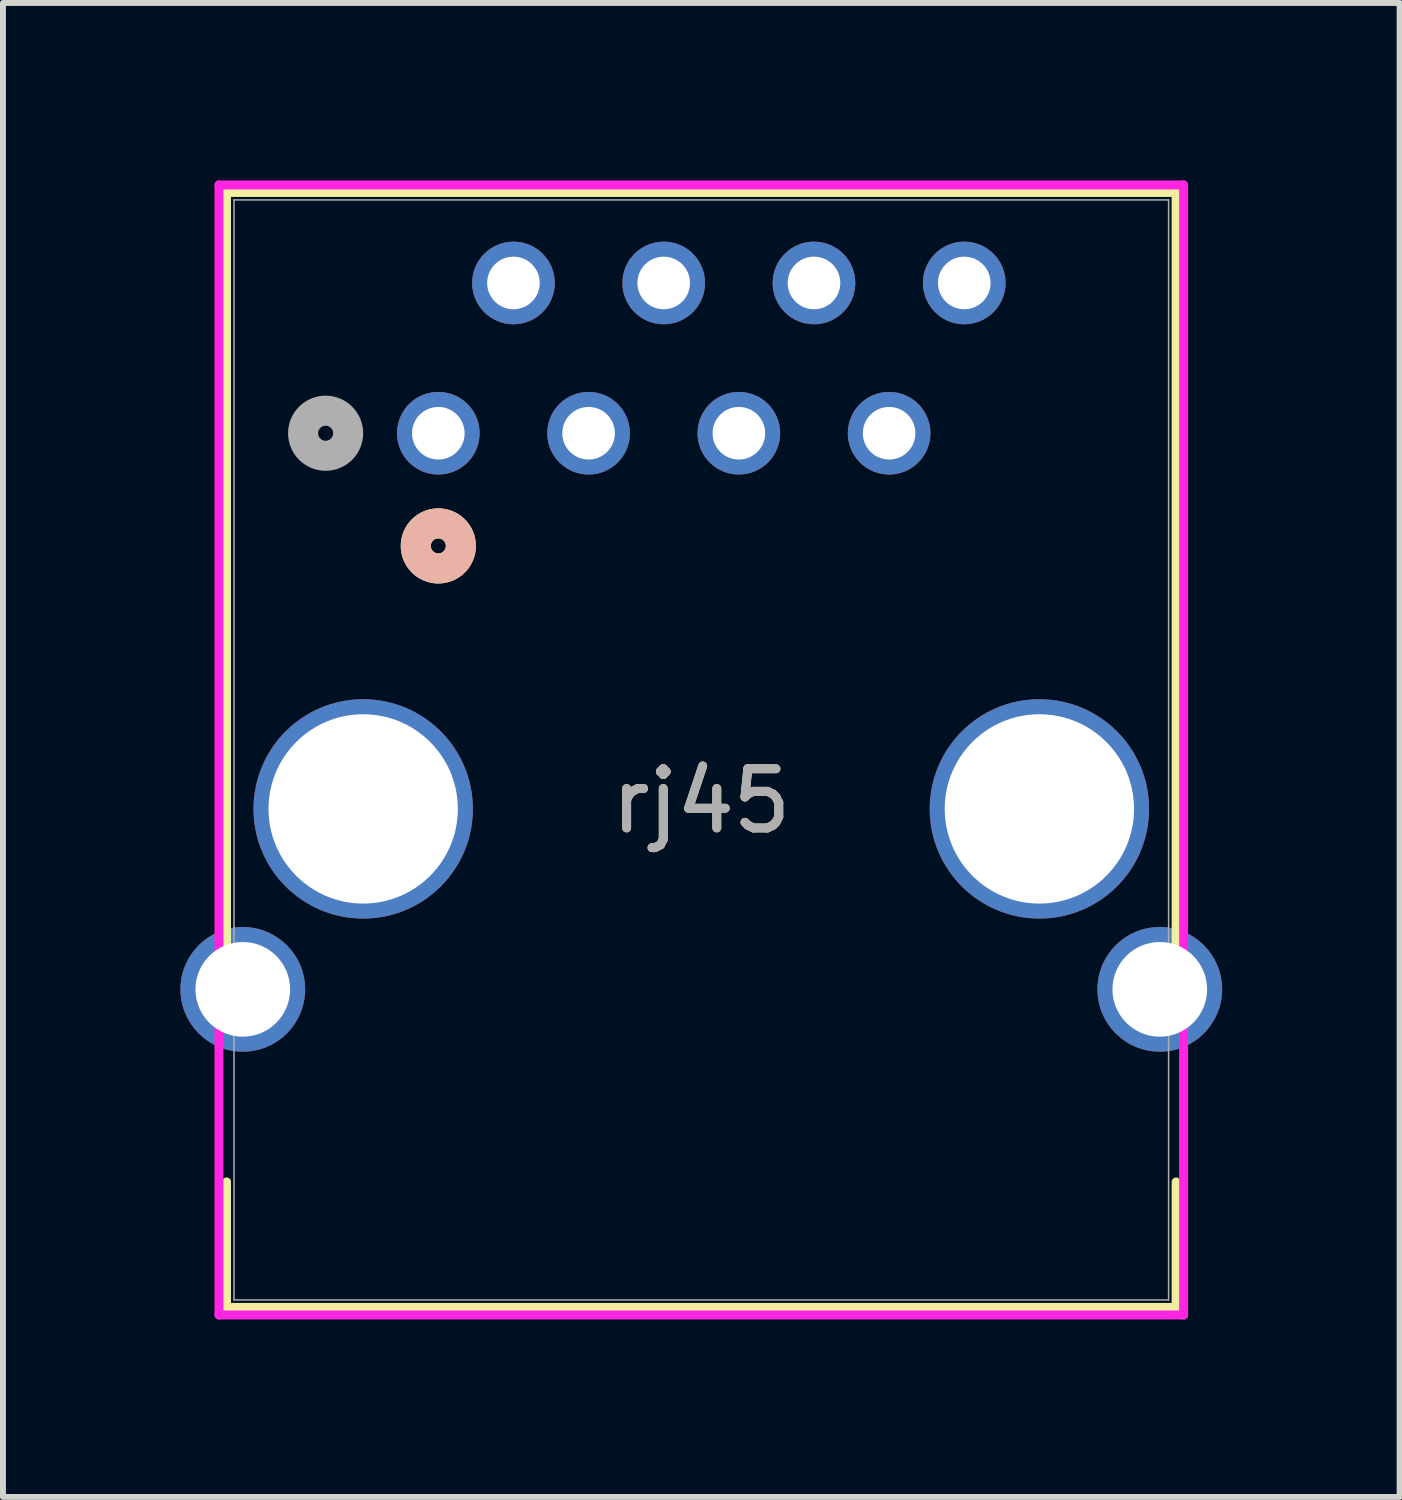
<source format=kicad_pcb>
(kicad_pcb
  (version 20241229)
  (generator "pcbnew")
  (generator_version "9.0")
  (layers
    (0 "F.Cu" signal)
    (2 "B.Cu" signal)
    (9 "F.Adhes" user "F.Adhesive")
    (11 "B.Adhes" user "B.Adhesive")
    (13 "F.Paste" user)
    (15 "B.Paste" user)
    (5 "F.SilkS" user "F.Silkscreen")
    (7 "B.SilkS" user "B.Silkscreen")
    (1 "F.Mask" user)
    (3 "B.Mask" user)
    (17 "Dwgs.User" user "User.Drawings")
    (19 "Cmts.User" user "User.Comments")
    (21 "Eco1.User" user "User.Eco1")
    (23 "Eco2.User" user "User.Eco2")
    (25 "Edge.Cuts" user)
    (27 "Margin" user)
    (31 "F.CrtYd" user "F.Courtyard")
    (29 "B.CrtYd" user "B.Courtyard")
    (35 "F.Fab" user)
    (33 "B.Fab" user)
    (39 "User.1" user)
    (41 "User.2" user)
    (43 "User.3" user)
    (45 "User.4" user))
  (footprint "rj45"
    (layer "F.Cu")
    (at 4.359 4.273)
    (property "Reference" "rj45" (at 4.445 6.217 0) (unlocked yes) (layer "F.SilkS") (effects (font (size 1 1) (thickness 0.15))))
    (attr through_hole)
    (fp_line (start -3.581 -4.07) (end -3.581 9.938) (stroke (width 0.152) (type solid)) (layer "F.SilkS"))
    (fp_line (start -3.581 12.656) (end -3.581 14.777) (stroke (width 0.152) (type solid)) (layer "F.SilkS"))
    (fp_line (start -3.581 14.777) (end 12.471 14.777) (stroke (width 0.152) (type solid)) (layer "F.SilkS"))
    (fp_line (start 12.471 -4.07) (end -3.581 -4.07) (stroke (width 0.152) (type solid)) (layer "F.SilkS"))
    (fp_line (start 12.471 9.938) (end 12.471 -4.07) (stroke (width 0.152) (type solid)) (layer "F.SilkS"))
    (fp_line (start 12.471 14.777) (end 12.471 12.656) (stroke (width 0.152) (type solid)) (layer "F.SilkS"))
    (fp_circle (center 0 1.905) (end 0.381 1.905) (stroke (width 0.508) (type solid)) (fill no) (layer "F.SilkS"))
    (fp_circle (center 0 1.905) (end 0.381 1.905) (stroke (width 0.508) (type solid)) (fill no) (layer "B.SilkS"))
    (fp_line (start -3.708 -4.197) (end -3.708 14.904) (stroke (width 0.152) (type solid)) (layer "F.CrtYd"))
    (fp_line (start -3.708 14.904) (end 12.598 14.904) (stroke (width 0.152) (type solid)) (layer "F.CrtYd"))
    (fp_line (start 12.598 -4.197) (end -3.708 -4.197) (stroke (width 0.152) (type solid)) (layer "F.CrtYd"))
    (fp_line (start 12.598 14.904) (end 12.598 -4.197) (stroke (width 0.152) (type solid)) (layer "F.CrtYd"))
    (fp_line (start -3.454 -3.943) (end -3.454 14.65) (stroke (width 0.025) (type solid)) (layer "F.Fab"))
    (fp_line (start -3.454 14.65) (end 12.344 14.65) (stroke (width 0.025) (type solid)) (layer "F.Fab"))
    (fp_line (start 12.344 -3.943) (end -3.454 -3.943) (stroke (width 0.025) (type solid)) (layer "F.Fab"))
    (fp_line (start 12.344 14.65) (end 12.344 -3.943) (stroke (width 0.025) (type solid)) (layer "F.Fab"))
    (fp_circle (center -1.905 0) (end -1.524 0) (stroke (width 0.508) (type solid)) (fill no) (layer "F.Fab"))
    (fp_text user "${REFERENCE}" (at 4.445 6.217 0) (unlocked yes) (layer "F.Fab") (effects (font (size 1 1) (thickness 0.15))))
    (pad "" thru_hole circle (at -3.305 9.4) (size 2.108 2.108) (drill 1.6) (layers "*.Cu" "*.Mask"))
    (pad "" thru_hole circle (at -1.27 6.35) (size 3.708 3.708) (drill 3.2) (layers "*.Cu" "*.Mask"))
    (pad "" thru_hole circle (at 10.16 6.35) (size 3.708 3.708) (drill 3.2) (layers "*.Cu" "*.Mask"))
    (pad "" thru_hole circle (at 12.195 9.4) (size 2.108 2.108) (drill 1.6) (layers "*.Cu" "*.Mask"))
    (pad "1" thru_hole circle (at 0 0) (size 1.397 1.397) (drill 0.889) (layers "*.Cu" "*.Mask"))
    (pad "2" thru_hole circle (at 1.27 -2.54) (size 1.397 1.397) (drill 0.889) (layers "*.Cu" "*.Mask"))
    (pad "3" thru_hole circle (at 2.54 0) (size 1.397 1.397) (drill 0.889) (layers "*.Cu" "*.Mask"))
    (pad "4" thru_hole circle (at 3.81 -2.54) (size 1.397 1.397) (drill 0.889) (layers "*.Cu" "*.Mask"))
    (pad "5" thru_hole circle (at 5.08 0) (size 1.397 1.397) (drill 0.889) (layers "*.Cu" "*.Mask"))
    (pad "6" thru_hole circle (at 6.35 -2.54) (size 1.397 1.397) (drill 0.889) (layers "*.Cu" "*.Mask"))
    (pad "7" thru_hole circle (at 7.62 0) (size 1.397 1.397) (drill 0.889) (layers "*.Cu" "*.Mask"))
    (pad "8" thru_hole circle (at 8.89 -2.54) (size 1.397 1.397) (drill 0.889) (layers "*.Cu" "*.Mask")))
  (gr_rect
    (start -3 -3)
    (end 20.608 22.253)
    (stroke (width 0.1) (type default))
    (fill no)
    (layer "Edge.Cuts")))
</source>
